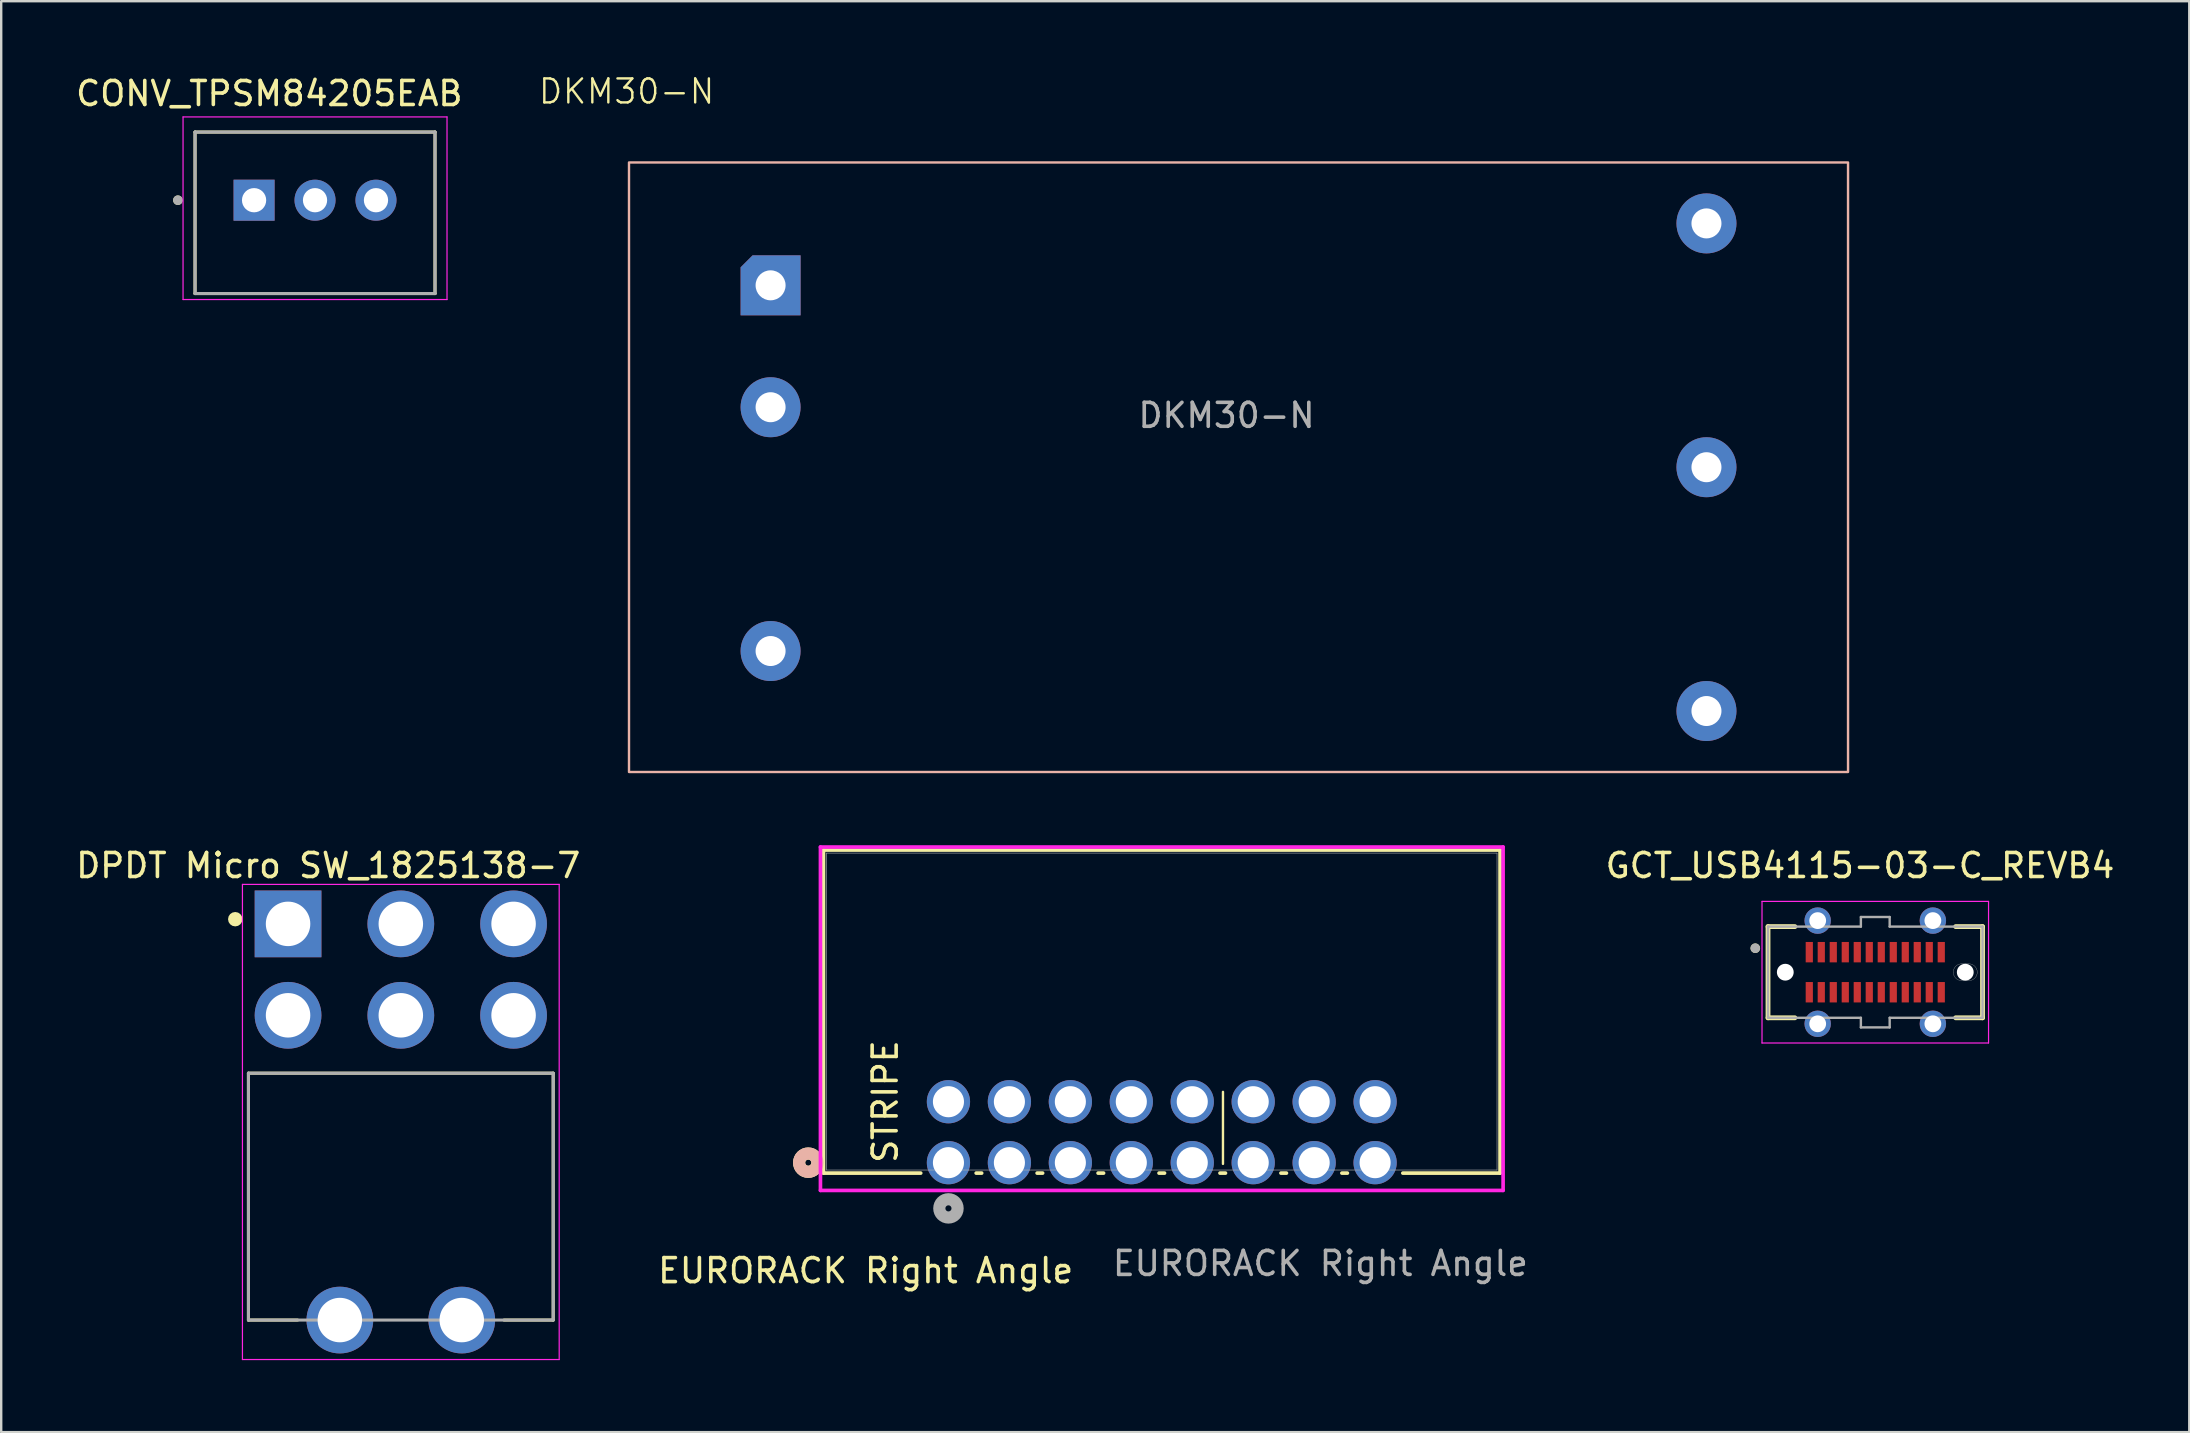
<source format=kicad_pcb>
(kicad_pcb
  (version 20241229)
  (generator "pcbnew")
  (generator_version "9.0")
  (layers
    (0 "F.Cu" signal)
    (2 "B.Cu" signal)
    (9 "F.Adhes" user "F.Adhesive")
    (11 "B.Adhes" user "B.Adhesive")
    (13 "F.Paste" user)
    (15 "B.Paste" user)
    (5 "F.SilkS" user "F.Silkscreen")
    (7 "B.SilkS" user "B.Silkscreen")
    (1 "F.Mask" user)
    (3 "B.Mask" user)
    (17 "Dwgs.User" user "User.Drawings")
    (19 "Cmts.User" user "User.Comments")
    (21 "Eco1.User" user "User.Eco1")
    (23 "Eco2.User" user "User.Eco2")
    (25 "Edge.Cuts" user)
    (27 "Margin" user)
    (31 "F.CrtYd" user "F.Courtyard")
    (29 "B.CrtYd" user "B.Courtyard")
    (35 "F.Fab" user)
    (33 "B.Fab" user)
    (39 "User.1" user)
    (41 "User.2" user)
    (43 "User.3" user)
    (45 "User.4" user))
  (footprint "GCT_USB4115-03-C_REVB4"
    (layer "F.Cu")
    (at 75.097 37.464)
    (property "Reference" "GCT_USB4115-03-C_REVB4" (at -0.635 -4.445 0) (layer "F.SilkS") (effects (font (size 1 1) (thickness 0.15))))
    (attr smd)
    (fp_line (start -4.47 -1.9) (end -3.35 -1.9) (stroke (width 0.2) (type solid)) (layer "F.SilkS"))
    (fp_line (start -4.47 1.9) (end -4.47 -1.9) (stroke (width 0.2) (type solid)) (layer "F.SilkS"))
    (fp_line (start -4.47 1.9) (end -3.35 1.9) (stroke (width 0.2) (type solid)) (layer "F.SilkS"))
    (fp_line (start 3.35 -1.9) (end 4.47 -1.9) (stroke (width 0.2) (type solid)) (layer "F.SilkS"))
    (fp_line (start 3.35 1.9) (end 4.47 1.9) (stroke (width 0.2) (type solid)) (layer "F.SilkS"))
    (fp_line (start 4.47 1.9) (end 4.47 -1.9) (stroke (width 0.2) (type solid)) (layer "F.SilkS"))
    (fp_circle (center -5 -1) (end -4.9 -1) (stroke (width 0.2) (type solid)) (fill no) (layer "F.SilkS"))
    (fp_line (start 3.6 0.35) (end 3.75 0.35) (stroke (width 0.01) (type solid)) (layer "Edge.Cuts"))
    (fp_line (start 3.75 -0.35) (end 3.6 -0.35) (stroke (width 0.01) (type solid)) (layer "Edge.Cuts"))
    (fp_line (start 3.75 0.35) (end 3.9 0.35) (stroke (width 0.01) (type solid)) (layer "Edge.Cuts"))
    (fp_line (start 3.9 -0.35) (end 3.75 -0.35) (stroke (width 0.01) (type solid)) (layer "Edge.Cuts"))
    (fp_arc (start 3.25 0) (mid 3.352513 -0.247487) (end 3.6 -0.35) (stroke (width 0.01) (type solid)) (layer "Edge.Cuts"))
    (fp_arc (start 3.6 0.35) (mid 3.352513 0.247487) (end 3.25 0) (stroke (width 0.01) (type solid)) (layer "Edge.Cuts"))
    (fp_arc (start 3.9 -0.35) (mid 4.147487 -0.247487) (end 4.25 0) (stroke (width 0.01) (type solid)) (layer "Edge.Cuts"))
    (fp_arc (start 4.25 0) (mid 4.147487 0.247487) (end 3.9 0.35) (stroke (width 0.01) (type solid)) (layer "Edge.Cuts"))
    (fp_line (start -4.72 -2.95) (end 4.72 -2.95) (stroke (width 0.05) (type solid)) (layer "F.CrtYd"))
    (fp_line (start -4.72 2.95) (end -4.72 -2.95) (stroke (width 0.05) (type solid)) (layer "F.CrtYd"))
    (fp_line (start -4.72 2.95) (end 4.72 2.95) (stroke (width 0.05) (type solid)) (layer "F.CrtYd"))
    (fp_line (start 4.72 2.95) (end 4.72 -2.95) (stroke (width 0.05) (type solid)) (layer "F.CrtYd"))
    (fp_line (start -4.47 -1.9) (end -0.6 -1.9) (stroke (width 0.1) (type solid)) (layer "F.Fab"))
    (fp_line (start -4.47 1.9) (end -4.47 -1.9) (stroke (width 0.1) (type solid)) (layer "F.Fab"))
    (fp_line (start -4.47 1.9) (end -0.6 1.9) (stroke (width 0.1) (type solid)) (layer "F.Fab"))
    (fp_line (start -0.6 -2.3) (end 0.6 -2.3) (stroke (width 0.1) (type solid)) (layer "F.Fab"))
    (fp_line (start -0.6 -1.9) (end -0.6 -2.3) (stroke (width 0.1) (type solid)) (layer "F.Fab"))
    (fp_line (start -0.6 2.3) (end -0.6 1.9) (stroke (width 0.1) (type solid)) (layer "F.Fab"))
    (fp_line (start -0.6 2.3) (end 0.6 2.3) (stroke (width 0.1) (type solid)) (layer "F.Fab"))
    (fp_line (start 0.6 -1.9) (end 0.6 -2.3) (stroke (width 0.1) (type solid)) (layer "F.Fab"))
    (fp_line (start 0.6 -1.9) (end 4.47 -1.9) (stroke (width 0.1) (type solid)) (layer "F.Fab"))
    (fp_line (start 0.6 1.9) (end 4.47 1.9) (stroke (width 0.1) (type solid)) (layer "F.Fab"))
    (fp_line (start 0.6 2.3) (end 0.6 1.9) (stroke (width 0.1) (type solid)) (layer "F.Fab"))
    (fp_line (start 4.47 1.9) (end 4.47 -1.9) (stroke (width 0.1) (type solid)) (layer "F.Fab"))
    (fp_circle (center -5 -1) (end -4.9 -1) (stroke (width 0.2) (type solid)) (fill no) (layer "F.Fab"))
    (pad "" np_thru_hole circle (at -3.75 0) (size 0.7 0.7) (drill 0.7) (layers "*.Cu" "*.Mask"))
    (pad "" np_thru_hole circle (at 3.75 0) (size 0.7 0.7) (drill 0.7) (layers "*.Cu" "*.Mask"))
    (pad "A1" smd rect (at -2.75 -0.835) (size 0.3 0.85) (layers "F.Cu" "F.Mask" "F.Paste"))
    (pad "A2" smd rect (at -2.25 -0.835) (size 0.3 0.85) (layers "F.Cu" "F.Mask" "F.Paste"))
    (pad "A3" smd rect (at -1.75 -0.835) (size 0.3 0.85) (layers "F.Cu" "F.Mask" "F.Paste"))
    (pad "A4" smd rect (at -1.25 -0.835) (size 0.3 0.85) (layers "F.Cu" "F.Mask" "F.Paste"))
    (pad "A5" smd rect (at -0.75 -0.835) (size 0.3 0.85) (layers "F.Cu" "F.Mask" "F.Paste"))
    (pad "A6" smd rect (at -0.25 -0.835) (size 0.3 0.85) (layers "F.Cu" "F.Mask" "F.Paste"))
    (pad "A7" smd rect (at 0.25 -0.835) (size 0.3 0.85) (layers "F.Cu" "F.Mask" "F.Paste"))
    (pad "A8" smd rect (at 0.75 -0.835) (size 0.3 0.85) (layers "F.Cu" "F.Mask" "F.Paste"))
    (pad "A9" smd rect (at 1.25 -0.835) (size 0.3 0.85) (layers "F.Cu" "F.Mask" "F.Paste"))
    (pad "A10" smd rect (at 1.75 -0.835) (size 0.3 0.85) (layers "F.Cu" "F.Mask" "F.Paste"))
    (pad "A11" smd rect (at 2.25 -0.835) (size 0.3 0.85) (layers "F.Cu" "F.Mask" "F.Paste"))
    (pad "A12" smd rect (at 2.75 -0.835) (size 0.3 0.85) (layers "F.Cu" "F.Mask" "F.Paste"))
    (pad "B1" smd rect (at 2.75 0.835) (size 0.3 0.85) (layers "F.Cu" "F.Mask" "F.Paste"))
    (pad "B2" smd rect (at 2.25 0.835) (size 0.3 0.85) (layers "F.Cu" "F.Mask" "F.Paste"))
    (pad "B3" smd rect (at 1.75 0.835) (size 0.3 0.85) (layers "F.Cu" "F.Mask" "F.Paste"))
    (pad "B4" smd rect (at 1.25 0.835) (size 0.3 0.85) (layers "F.Cu" "F.Mask" "F.Paste"))
    (pad "B5" smd rect (at 0.75 0.835) (size 0.3 0.85) (layers "F.Cu" "F.Mask" "F.Paste"))
    (pad "B6" smd rect (at 0.25 0.835) (size 0.3 0.85) (layers "F.Cu" "F.Mask" "F.Paste"))
    (pad "B7" smd rect (at -0.25 0.835) (size 0.3 0.85) (layers "F.Cu" "F.Mask" "F.Paste"))
    (pad "B8" smd rect (at -0.75 0.835) (size 0.3 0.85) (layers "F.Cu" "F.Mask" "F.Paste"))
    (pad "B9" smd rect (at -1.25 0.835) (size 0.3 0.85) (layers "F.Cu" "F.Mask" "F.Paste"))
    (pad "B10" smd rect (at -1.75 0.835) (size 0.3 0.85) (layers "F.Cu" "F.Mask" "F.Paste"))
    (pad "B11" smd rect (at -2.25 0.835) (size 0.3 0.85) (layers "F.Cu" "F.Mask" "F.Paste"))
    (pad "B12" smd rect (at -2.75 0.835) (size 0.3 0.85) (layers "F.Cu" "F.Mask" "F.Paste"))
    (pad "S1" thru_hole circle (at -2.4 -2.15) (size 1.1 1.1) (drill 0.7) (layers "*.Cu" "*.Mask"))
    (pad "S2" thru_hole circle (at -2.4 2.15) (size 1.1 1.1) (drill 0.7) (layers "*.Cu" "*.Mask"))
    (pad "S3" thru_hole circle (at 2.4 2.15) (size 1.1 1.1) (drill 0.7) (layers "*.Cu" "*.Mask"))
    (pad "S4" thru_hole circle (at 2.4 -2.15) (size 1.1 1.1) (drill 0.7) (layers "*.Cu" "*.Mask"))
    (zone (net_name "") (layer "F.Cu") (hatch full 0.508) (connect_pads) (min_thickness 0.01) (filled_areas_thickness no) (keepout (tracks not_allowed) (vias not_allowed) (pads not_allowed) (copperpour not_allowed) (footprints allowed)) (placement (enabled no)) (fill) (polygon (pts (xy 74.297 35.664) (xy 75.897 35.664) (xy 75.897 34.964) (xy 74.297 34.964))))
    (zone (net_name "") (layer "F.Cu") (hatch full 0.508) (connect_pads) (min_thickness 0.01) (filled_areas_thickness no) (keepout (tracks not_allowed) (vias not_allowed) (pads not_allowed) (copperpour not_allowed) (footprints allowed)) (placement (enabled no)) (fill) (polygon (pts (xy 74.297 39.264) (xy 75.897 39.264) (xy 75.897 39.964) (xy 74.297 39.964))))
    (zone (net_name "") (layers "F.Cu" "B.Cu") (hatch full 0.508) (connect_pads) (min_thickness 0.01) (filled_areas_thickness no) (keepout (tracks allowed) (vias not_allowed) (pads allowed) (copperpour allowed) (footprints allowed)) (placement (enabled no)) (fill) (polygon (pts (xy 74.297 35.664) (xy 75.897 35.664) (xy 75.897 34.964) (xy 74.297 34.964))))
    (zone (net_name "") (layers "F.Cu" "B.Cu") (hatch full 0.508) (connect_pads) (min_thickness 0.01) (filled_areas_thickness no) (keepout (tracks allowed) (vias not_allowed) (pads allowed) (copperpour allowed) (footprints allowed)) (placement (enabled no)) (fill) (polygon (pts (xy 74.297 39.264) (xy 75.897 39.264) (xy 75.897 39.964) (xy 74.297 39.964)))))
  (footprint "DKM30-N"
    (layer "F.Cu")
    (at 23.062 3.76)
    (property "Reference" "DKM30-N" (at 0 -3 0) (unlocked yes) (layer "F.SilkS") (effects (font (size 1 1) (thickness 0.1))))
    (attr through_hole)
    (fp_rect (start 0.1 -0.04) (end 50.9 25.36) (stroke (width 0.1) (type default)) (fill no) (layer "B.SilkS"))
    (fp_text user "${REFERENCE}" (at 25 10.5 0) (unlocked yes) (layer "F.Fab") (effects (font (size 1 1) (thickness 0.15))))
    (pad "1" thru_hole roundrect (at 6 5.08) (size 2.5 2.5) (drill 1.25) (layers "*.Cu" "*.Mask") (roundrect_rratio 0) (chamfer_ratio 0.2) (chamfer top_left))
    (pad "2" thru_hole circle (at 6 10.16) (size 2.5 2.5) (drill 1.25) (layers "*.Cu" "*.Mask"))
    (pad "3" thru_hole circle (at 6 20.32) (size 2.5 2.5) (drill 1.25) (layers "*.Cu" "*.Mask"))
    (pad "4" thru_hole circle (at 45 2.5) (size 2.5 2.5) (drill 1.25) (layers "*.Cu" "*.Mask"))
    (pad "5" thru_hole circle (at 45 12.66) (size 2.5 2.5) (drill 1.25) (layers "*.Cu" "*.Mask"))
    (pad "6" thru_hole circle (at 45 22.82) (size 2.5 2.5) (drill 1.25) (layers "*.Cu" "*.Mask")))
  (footprint "CONV_TPSM84205EAB"
    (layer "F.Cu")
    (at 10.078 5.293)
    (property "Reference" "CONV_TPSM84205EAB" (at -1.905 -4.445 0) (layer "F.SilkS") (effects (font (size 1 1) (thickness 0.15))))
    (attr through_hole)
    (fp_line (start -5 -2.84) (end -5 3.89) (stroke (width 0.127) (type solid)) (layer "F.SilkS"))
    (fp_line (start -5 3.89) (end 5 3.89) (stroke (width 0.127) (type solid)) (layer "F.SilkS"))
    (fp_line (start 5 -2.84) (end -5 -2.84) (stroke (width 0.127) (type solid)) (layer "F.SilkS"))
    (fp_line (start 5 3.89) (end 5 -2.84) (stroke (width 0.127) (type solid)) (layer "F.SilkS"))
    (fp_circle (center -5.715 0) (end -5.615 0) (stroke (width 0.2) (type solid)) (fill no) (layer "F.SilkS"))
    (fp_line (start -5.5 -3.47) (end 5.5 -3.47) (stroke (width 0.05) (type solid)) (layer "F.CrtYd"))
    (fp_line (start -5.5 4.14) (end -5.5 -3.47) (stroke (width 0.05) (type solid)) (layer "F.CrtYd"))
    (fp_line (start 5.5 -3.47) (end 5.5 4.14) (stroke (width 0.05) (type solid)) (layer "F.CrtYd"))
    (fp_line (start 5.5 4.14) (end -5.5 4.14) (stroke (width 0.05) (type solid)) (layer "F.CrtYd"))
    (fp_line (start -5 -2.84) (end -5 3.89) (stroke (width 0.127) (type solid)) (layer "F.Fab"))
    (fp_line (start -5 3.89) (end 5 3.89) (stroke (width 0.127) (type solid)) (layer "F.Fab"))
    (fp_line (start 5 -2.84) (end -5 -2.84) (stroke (width 0.127) (type solid)) (layer "F.Fab"))
    (fp_line (start 5 3.89) (end 5 -2.84) (stroke (width 0.127) (type solid)) (layer "F.Fab"))
    (fp_circle (center -5.715 0) (end -5.615 0) (stroke (width 0.2) (type solid)) (fill no) (layer "F.Fab"))
    (pad "1" thru_hole rect (at -2.54 0) (size 1.71 1.71) (drill 1.01) (layers "*.Cu" "*.Mask"))
    (pad "2" thru_hole circle (at 0 0) (size 1.71 1.71) (drill 1.01) (layers "*.Cu" "*.Mask"))
    (pad "3" thru_hole circle (at 2.54 0) (size 1.71 1.71) (drill 1.01) (layers "*.Cu" "*.Mask")))
  (footprint "DPDT Micro SW_1825138-7"
    (layer "F.Cu")
    (at 8.954 35.45)
    (property "Reference" "DPDT Micro SW_1825138-7" (at 1.675 -2.431 0) (layer "F.SilkS") (effects (font (size 1 1) (thickness 0.15))))
    (attr through_hole)
    (fp_line (start -1.651 6.223) (end 11.049 6.223) (stroke (width 0.127) (type solid)) (layer "F.SilkS"))
    (fp_line (start -1.651 16.51) (end -1.651 6.223) (stroke (width 0.127) (type solid)) (layer "F.SilkS"))
    (fp_line (start -1.651 16.51) (end 0.399 16.51) (stroke (width 0.127) (type solid)) (layer "F.SilkS"))
    (fp_line (start 11.049 6.223) (end 11.049 16.51) (stroke (width 0.127) (type solid)) (layer "F.SilkS"))
    (fp_line (start 11.049 16.51) (end 8.999 16.51) (stroke (width 0.127) (type solid)) (layer "F.SilkS"))
    (fp_circle (center -2.201 -0.195) (end -2.051 -0.195) (stroke (width 0.3) (type solid)) (fill no) (layer "F.SilkS"))
    (fp_line (start -1.901 -1.645) (end 11.299 -1.645) (stroke (width 0.05) (type solid)) (layer "F.CrtYd"))
    (fp_line (start -1.901 18.155) (end -1.901 -1.645) (stroke (width 0.05) (type solid)) (layer "F.CrtYd"))
    (fp_line (start 11.299 -1.645) (end 11.299 18.155) (stroke (width 0.05) (type solid)) (layer "F.CrtYd"))
    (fp_line (start 11.299 18.155) (end -1.901 18.155) (stroke (width 0.05) (type solid)) (layer "F.CrtYd"))
    (fp_line (start -1.651 6.223) (end 11.049 6.223) (stroke (width 0.127) (type solid)) (layer "F.Fab"))
    (fp_line (start -1.651 16.51) (end -1.651 6.223) (stroke (width 0.127) (type solid)) (layer "F.Fab"))
    (fp_line (start 11.049 6.223) (end 11.049 16.51) (stroke (width 0.127) (type solid)) (layer "F.Fab"))
    (fp_line (start 11.049 16.51) (end -1.651 16.51) (stroke (width 0.127) (type solid)) (layer "F.Fab"))
    (fp_circle (center 0 0) (end 0.15 0) (stroke (width 0.3) (type solid)) (fill no) (layer "F.Fab"))
    (pad "1" thru_hole rect (at 0 0) (size 2.781 2.781) (drill 1.854) (layers "*.Cu" "*.Mask"))
    (pad "2" thru_hole circle (at 4.699 0) (size 2.781 2.781) (drill 1.854) (layers "*.Cu" "*.Mask"))
    (pad "3" thru_hole circle (at 9.398 0) (size 2.781 2.781) (drill 1.854) (layers "*.Cu" "*.Mask"))
    (pad "4" thru_hole circle (at 0 3.81) (size 2.781 2.781) (drill 1.854) (layers "*.Cu" "*.Mask"))
    (pad "5" thru_hole circle (at 4.699 3.81) (size 2.781 2.781) (drill 1.854) (layers "*.Cu" "*.Mask"))
    (pad "6" thru_hole circle (at 9.398 3.81) (size 2.781 2.781) (drill 1.854) (layers "*.Cu" "*.Mask"))
    (pad "7" thru_hole circle (at 2.159 16.51) (size 2.781 2.781) (drill 1.854) (layers "*.Cu" "*.Mask"))
    (pad "8" thru_hole circle (at 7.239 16.51) (size 2.781 2.781) (drill 1.854) (layers "*.Cu" "*.Mask")))
  (footprint "EURORACK Right Angle"
    (layer "F.Cu")
    (at 36.474 45.401)
    (property "Reference" "EURORACK Right Angle" (at -3.45 4.5 0) (unlocked yes) (layer "F.SilkS") (effects (font (size 1 1) (thickness 0.15))))
    (attr through_hole)
    (fp_line (start -5.207 -13.027) (end -5.207 0.435) (stroke (width 0.152) (type solid)) (layer "F.SilkS"))
    (fp_line (start -5.207 0.435) (end -1.155 0.435) (stroke (width 0.152) (type solid)) (layer "F.SilkS"))
    (fp_line (start 1.155 0.435) (end 1.385 0.435) (stroke (width 0.152) (type solid)) (layer "F.SilkS"))
    (fp_line (start 3.695 0.435) (end 3.925 0.435) (stroke (width 0.152) (type solid)) (layer "F.SilkS"))
    (fp_line (start 6.235 0.435) (end 6.465 0.435) (stroke (width 0.152) (type solid)) (layer "F.SilkS"))
    (fp_line (start 8.775 0.435) (end 9.005 0.435) (stroke (width 0.152) (type solid)) (layer "F.SilkS"))
    (fp_line (start 11.315 0.435) (end 11.545 0.435) (stroke (width 0.152) (type solid)) (layer "F.SilkS"))
    (fp_line (start 11.44 0.05) (end 11.44 -2.95) (stroke (width 0.1) (type default)) (layer "F.SilkS"))
    (fp_line (start 13.855 0.435) (end 14.085 0.435) (stroke (width 0.152) (type solid)) (layer "F.SilkS"))
    (fp_line (start 16.395 0.435) (end 16.625 0.435) (stroke (width 0.152) (type solid)) (layer "F.SilkS"))
    (fp_line (start 18.935 0.435) (end 22.987 0.435) (stroke (width 0.152) (type solid)) (layer "F.SilkS"))
    (fp_line (start 22.987 -13.027) (end -5.207 -13.027) (stroke (width 0.152) (type solid)) (layer "F.SilkS"))
    (fp_line (start 22.987 0.435) (end 22.987 -13.027) (stroke (width 0.152) (type solid)) (layer "F.SilkS"))
    (fp_circle (center -5.842 0) (end -5.461 0) (stroke (width 0.508) (type solid)) (fill no) (layer "F.SilkS"))
    (fp_circle (center -5.842 0) (end -5.461 0) (stroke (width 0.508) (type solid)) (fill no) (layer "B.SilkS"))
    (fp_line (start -5.334 -13.154) (end -5.334 1.156) (stroke (width 0.152) (type solid)) (layer "F.CrtYd"))
    (fp_line (start -5.334 1.156) (end 23.114 1.156) (stroke (width 0.152) (type solid)) (layer "F.CrtYd"))
    (fp_line (start 23.114 -13.154) (end -5.334 -13.154) (stroke (width 0.152) (type solid)) (layer "F.CrtYd"))
    (fp_line (start 23.114 1.156) (end 23.114 -13.154) (stroke (width 0.152) (type solid)) (layer "F.CrtYd"))
    (fp_line (start -5.08 -12.9) (end -5.08 0.308) (stroke (width 0.025) (type solid)) (layer "F.Fab"))
    (fp_line (start -5.08 0.308) (end 22.86 0.308) (stroke (width 0.025) (type solid)) (layer "F.Fab"))
    (fp_line (start 22.86 -12.9) (end -5.08 -12.9) (stroke (width 0.025) (type solid)) (layer "F.Fab"))
    (fp_line (start 22.86 0.308) (end 22.86 -12.9) (stroke (width 0.025) (type solid)) (layer "F.Fab"))
    (fp_circle (center 0 1.905) (end 0.381 1.905) (stroke (width 0.508) (type solid)) (fill no) (layer "F.Fab"))
    (fp_text user "STRIPE" (at -2.05 0.1 90) (unlocked yes) (layer "F.SilkS") (effects (font (size 1 1) (thickness 0.15)) (justify left bottom)))
    (fp_text user "${REFERENCE}" (at 15.5 4.2 0) (unlocked yes) (layer "F.Fab") (effects (font (size 1 1) (thickness 0.15))))
    (pad "1" thru_hole circle (at 0 0) (size 1.803 1.803) (drill 1.295) (layers "*.Cu" "*.Mask"))
    (pad "2" thru_hole circle (at 0 -2.54) (size 1.803 1.803) (drill 1.295) (layers "*.Cu" "*.Mask"))
    (pad "3" thru_hole circle (at 2.54 0) (size 1.803 1.803) (drill 1.295) (layers "*.Cu" "*.Mask"))
    (pad "4" thru_hole circle (at 2.54 -2.54) (size 1.803 1.803) (drill 1.295) (layers "*.Cu" "*.Mask"))
    (pad "5" thru_hole circle (at 5.08 0) (size 1.803 1.803) (drill 1.295) (layers "*.Cu" "*.Mask"))
    (pad "6" thru_hole circle (at 5.08 -2.54) (size 1.803 1.803) (drill 1.295) (layers "*.Cu" "*.Mask"))
    (pad "7" thru_hole circle (at 7.62 0) (size 1.803 1.803) (drill 1.295) (layers "*.Cu" "*.Mask"))
    (pad "8" thru_hole circle (at 7.62 -2.54) (size 1.803 1.803) (drill 1.295) (layers "*.Cu" "*.Mask"))
    (pad "9" thru_hole circle (at 10.16 0) (size 1.803 1.803) (drill 1.295) (layers "*.Cu" "*.Mask"))
    (pad "10" thru_hole circle (at 10.16 -2.54) (size 1.803 1.803) (drill 1.295) (layers "*.Cu" "*.Mask"))
    (pad "11" thru_hole circle (at 12.7 0) (size 1.803 1.803) (drill 1.295) (layers "*.Cu" "*.Mask"))
    (pad "12" thru_hole circle (at 12.7 -2.54) (size 1.803 1.803) (drill 1.295) (layers "*.Cu" "*.Mask"))
    (pad "13" thru_hole circle (at 15.24 0) (size 1.803 1.803) (drill 1.295) (layers "*.Cu" "*.Mask"))
    (pad "14" thru_hole circle (at 15.24 -2.54) (size 1.803 1.803) (drill 1.295) (layers "*.Cu" "*.Mask"))
    (pad "15" thru_hole circle (at 17.78 0) (size 1.803 1.803) (drill 1.295) (layers "*.Cu" "*.Mask"))
    (pad "16" thru_hole circle (at 17.78 -2.54) (size 1.803 1.803) (drill 1.295) (layers "*.Cu" "*.Mask")))
  (gr_rect
    (start -3 -3)
    (end 88.182 56.63)
    (stroke (width 0.1) (type default))
    (fill no)
    (layer "Edge.Cuts")))
</source>
